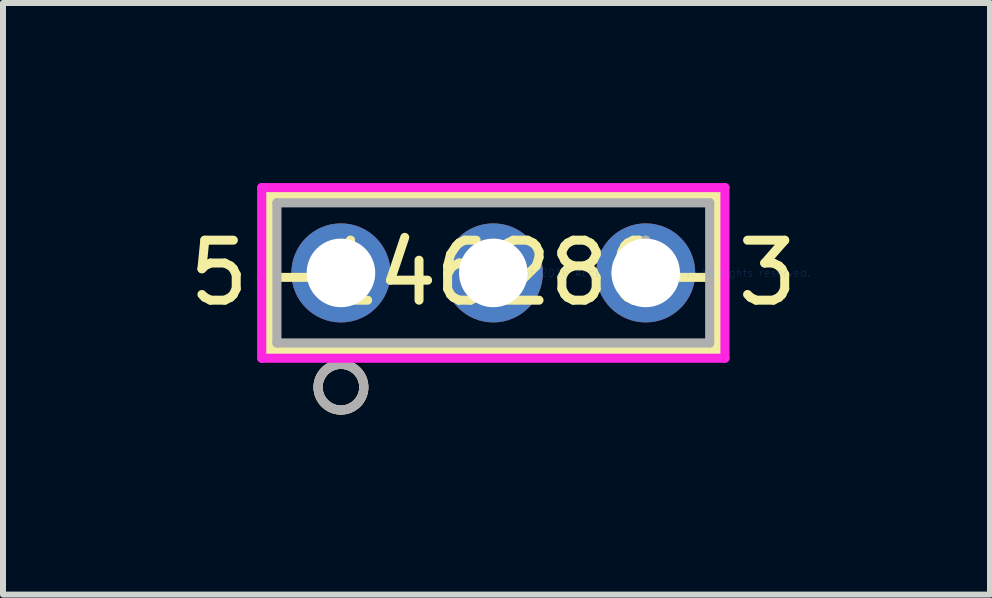
<source format=kicad_pcb>
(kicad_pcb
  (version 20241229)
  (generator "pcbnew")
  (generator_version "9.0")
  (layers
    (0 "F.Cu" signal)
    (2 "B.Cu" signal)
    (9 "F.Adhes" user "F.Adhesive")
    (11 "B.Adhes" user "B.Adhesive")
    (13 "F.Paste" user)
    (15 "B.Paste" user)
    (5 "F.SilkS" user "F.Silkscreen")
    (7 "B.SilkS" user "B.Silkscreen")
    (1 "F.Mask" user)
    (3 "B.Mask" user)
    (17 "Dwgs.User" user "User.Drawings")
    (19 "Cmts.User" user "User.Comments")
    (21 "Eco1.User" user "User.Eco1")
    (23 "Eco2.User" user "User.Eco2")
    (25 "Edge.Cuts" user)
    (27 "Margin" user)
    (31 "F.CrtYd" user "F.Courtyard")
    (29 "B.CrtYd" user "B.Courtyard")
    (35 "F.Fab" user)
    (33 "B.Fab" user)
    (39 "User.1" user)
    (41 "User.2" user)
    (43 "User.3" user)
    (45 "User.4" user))
  (footprint "5-146280-3"
    (layer "F.Cu")
    (at 7.713 1.499)
    (property "Reference" "5-146280-3" (at -2.54 0 0) (layer "F.SilkS") (effects (font (size 1 1) (thickness 0.15))))
    (attr through_hole)
    (fp_line (start -6.274 -1.295) (end -6.274 1.295) (stroke (width 0.152) (type solid)) (layer "F.SilkS"))
    (fp_line (start -6.274 1.295) (end 1.194 1.295) (stroke (width 0.152) (type solid)) (layer "F.SilkS"))
    (fp_line (start 1.194 -1.295) (end -6.274 -1.295) (stroke (width 0.152) (type solid)) (layer "F.SilkS"))
    (fp_line (start 1.194 1.295) (end 1.194 -1.295) (stroke (width 0.152) (type solid)) (layer "F.SilkS"))
    (fp_circle (center -5.08 1.905) (end -4.699 1.905) (stroke (width 0.152) (type solid)) (fill no) (layer "F.SilkS"))
    (fp_circle (center -5.08 1.905) (end -4.699 1.905) (stroke (width 0.152) (type solid)) (fill no) (layer "B.SilkS"))
    (fp_line (start -6.401 -1.422) (end -6.401 1.422) (stroke (width 0.152) (type solid)) (layer "F.CrtYd"))
    (fp_line (start -6.401 1.422) (end 1.321 1.422) (stroke (width 0.152) (type solid)) (layer "F.CrtYd"))
    (fp_line (start 1.321 -1.422) (end -6.401 -1.422) (stroke (width 0.152) (type solid)) (layer "F.CrtYd"))
    (fp_line (start 1.321 1.422) (end 1.321 -1.422) (stroke (width 0.152) (type solid)) (layer "F.CrtYd"))
    (fp_line (start -6.147 -1.168) (end -6.147 1.168) (stroke (width 0.152) (type solid)) (layer "F.Fab"))
    (fp_line (start -6.147 1.168) (end 1.067 1.168) (stroke (width 0.152) (type solid)) (layer "F.Fab"))
    (fp_line (start 1.067 -1.168) (end -6.147 -1.168) (stroke (width 0.152) (type solid)) (layer "F.Fab"))
    (fp_line (start 1.067 1.168) (end 1.067 -1.168) (stroke (width 0.152) (type solid)) (layer "F.Fab"))
    (fp_circle (center -5.08 1.905) (end -4.699 1.905) (stroke (width 0.152) (type solid)) (fill no) (layer "F.Fab"))
    (fp_text user "*" (at 0 0 0) (layer "F.SilkS") (effects (font (size 1 1) (thickness 0.15))))
    (fp_text user "Copyright 2016 Accelerated Designs. All rights reserved." (at 0 0 0) (layer "Cmts.User") (effects (font (size 0.127 0.127) (thickness 0.002))))
    (fp_text user "*" (at 0 0 0) (layer "F.Fab") (effects (font (size 1 1) (thickness 0.15))))
    (pad "1" thru_hole circle (at -5.08 0) (size 1.651 1.651) (drill 1.143) (layers "*.Cu" "*.Mask"))
    (pad "2" thru_hole circle (at -2.54 0) (size 1.651 1.651) (drill 1.143) (layers "*.Cu" "*.Mask"))
    (pad "3" thru_hole circle (at 0 0) (size 1.651 1.651) (drill 1.143) (layers "*.Cu" "*.Mask")))
  (gr_rect
    (start -3 -3)
    (end 13.452 6.861)
    (stroke (width 0.1) (type default))
    (fill no)
    (layer "Edge.Cuts")))
</source>
